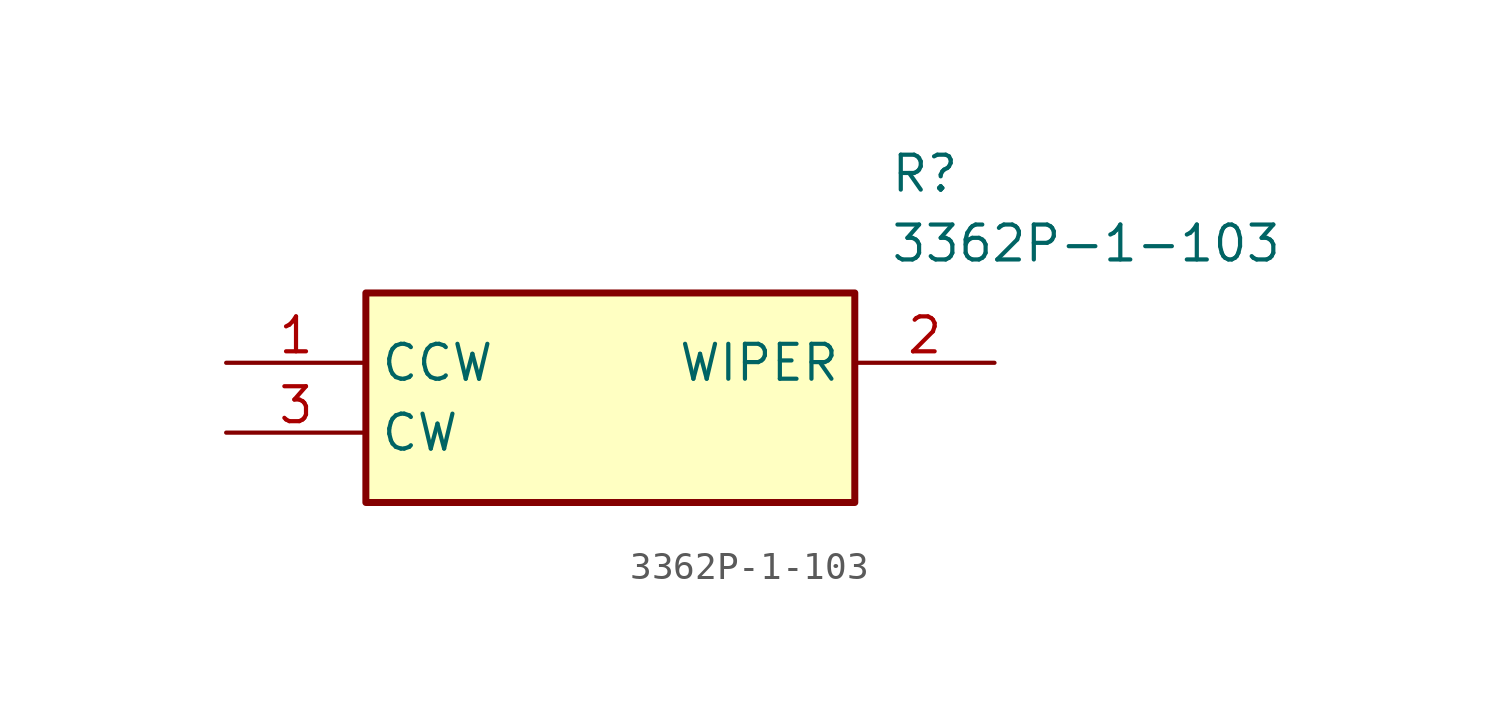
<source format=kicad_sym>
(kicad_symbol_lib
  (version 20211014)
  (generator SamacSys_ECAD_Model)
  (symbol "3362P-1-103"
    (property "Reference" "R"
      (at 24.13 7.62 0)
      (effects (font (size 1.27 1.27)) (justify left top)))
    (property "Value" "3362P-1-103"
      (at 24.13 5.08 0)
      (effects (font (size 1.27 1.27)) (justify left top)))
    (rectangle
      (start 5.08 2.54)
      (end 22.86 -5.08)
      (stroke (width 0.254) (type default))
      (fill (type background)))
    (pin passive line
      (at 0 0 0)
      (length 5.08)
      (name "CCW" (effects (font (size 1.27 1.27))))
      (number "1" (effects (font (size 1.27 1.27)))))
    (pin passive line
      (at 27.94 0 180)
      (length 5.08)
      (name "WIPER" (effects (font (size 1.27 1.27))))
      (number "2" (effects (font (size 1.27 1.27)))))
    (pin passive line
      (at 0 -2.54 0)
      (length 5.08)
      (name "CW" (effects (font (size 1.27 1.27))))
      (number "3" (effects (font (size 1.27 1.27)))))))
</source>
